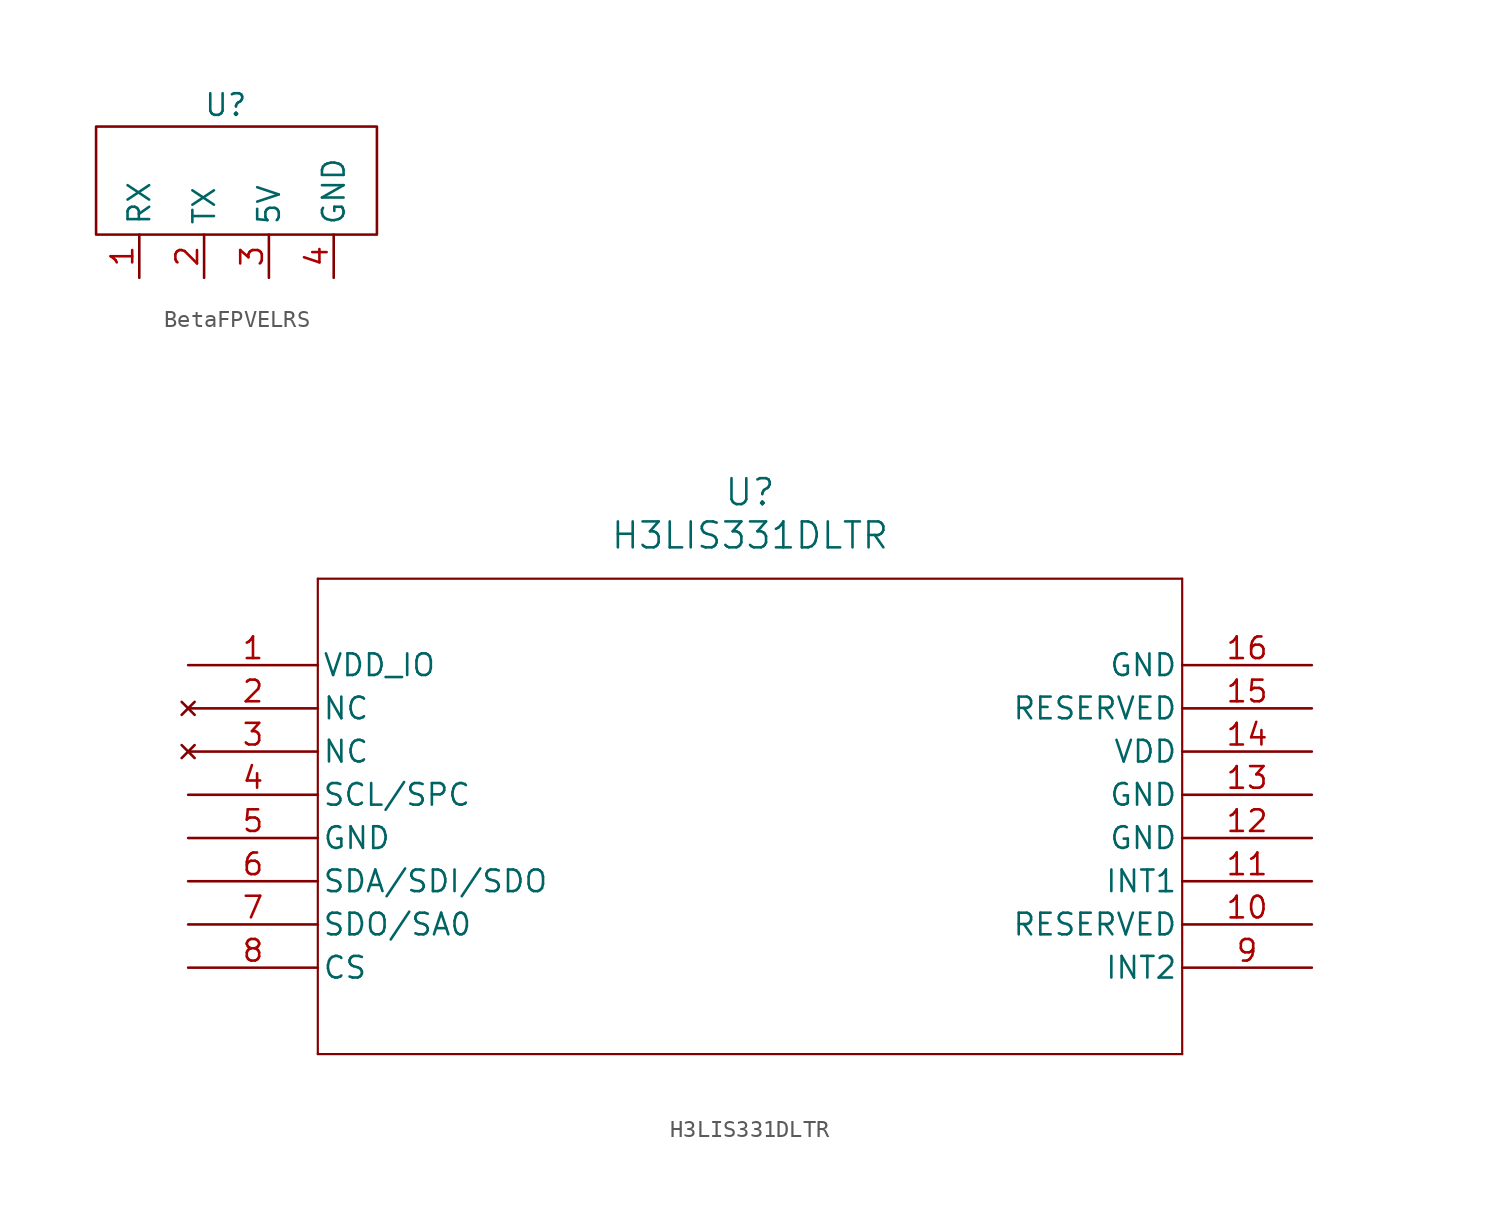
<source format=kicad_sym>
(kicad_symbol_lib
  (version 20231120)
  (generator "kicad_symbol_editor")
  (generator_version "8.0")
  (symbol "BetaFPVELRS"
    (property "Reference" "U"
      (at -1.27 0 0)
      (effects (font (size 1.27 1.27))))
    (property "Value" ""
      (at 0 0 0)
      (effects (font (size 1.27 1.27))))
    (symbol "BetaFPVELRS_0_1"
      (rectangle (start -8.89 -1.27) (end 7.62 -7.62) (stroke (width 0) (type default)) (fill (type none))))
    (symbol "BetaFPVELRS_1_1"
      (pin bidirectional line (at -6.35 -10.16 90) (length 2.54) (name "RX" (effects (font (size 1.27 1.27)))) (number "1" (effects (font (size 1.27 1.27)))))
      (pin bidirectional line (at -2.54 -10.16 90) (length 2.54) (name "TX" (effects (font (size 1.27 1.27)))) (number "2" (effects (font (size 1.27 1.27)))))
      (pin power_in line (at 1.27 -10.16 90) (length 2.54) (name "5V" (effects (font (size 1.27 1.27)))) (number "3" (effects (font (size 1.27 1.27)))))
      (pin power_in line (at 5.08 -10.16 90) (length 2.54) (name "GND" (effects (font (size 1.27 1.27)))) (number "4" (effects (font (size 1.27 1.27)))))))
  (symbol "H3LIS331DLTR"
    (pin_names
      (offset 0.254))
    (property "Reference" "U"
      (at 33.02 10.16 0)
      (effects (font (size 1.524 1.524))))
    (property "Value" "H3LIS331DLTR"
      (at 33.02 7.62 0)
      (effects (font (size 1.524 1.524))))
    (property "ki_locked" ""
      (at 0 0 0)
      (effects (font (size 1.27 1.27))))
    (symbol "H3LIS331DLTR_0_1"
      (polyline (pts (xy 7.62 -22.86) (xy 58.42 -22.86)) (stroke (width 0.127) (type default)) (fill (type none)))
      (polyline (pts (xy 7.62 5.08) (xy 7.62 -22.86)) (stroke (width 0.127) (type default)) (fill (type none)))
      (polyline (pts (xy 58.42 -22.86) (xy 58.42 5.08)) (stroke (width 0.127) (type default)) (fill (type none)))
      (polyline (pts (xy 58.42 5.08) (xy 7.62 5.08)) (stroke (width 0.127) (type default)) (fill (type none)))
      (pin power_in line (at 0 0 0) (length 7.62) (name "VDD_IO" (effects (font (size 1.27 1.27)))) (number "1" (effects (font (size 1.27 1.27)))))
      (pin power_out line (at 66.04 -15.24 180) (length 7.62) (name "RESERVED" (effects (font (size 1.27 1.27)))) (number "10" (effects (font (size 1.27 1.27)))))
      (pin output line (at 66.04 -12.7 180) (length 7.62) (name "INT1" (effects (font (size 1.27 1.27)))) (number "11" (effects (font (size 1.27 1.27)))))
      (pin power_out line (at 66.04 -10.16 180) (length 7.62) (name "GND" (effects (font (size 1.27 1.27)))) (number "12" (effects (font (size 1.27 1.27)))))
      (pin power_out line (at 66.04 -7.62 180) (length 7.62) (name "GND" (effects (font (size 1.27 1.27)))) (number "13" (effects (font (size 1.27 1.27)))))
      (pin power_in line (at 66.04 -5.08 180) (length 7.62) (name "VDD" (effects (font (size 1.27 1.27)))) (number "14" (effects (font (size 1.27 1.27)))))
      (pin power_out line (at 66.04 -2.54 180) (length 7.62) (name "RESERVED" (effects (font (size 1.27 1.27)))) (number "15" (effects (font (size 1.27 1.27)))))
      (pin power_out line (at 66.04 0 180) (length 7.62) (name "GND" (effects (font (size 1.27 1.27)))) (number "16" (effects (font (size 1.27 1.27)))))
      (pin no_connect line (at 0 -2.54 0) (length 7.62) (name "NC" (effects (font (size 1.27 1.27)))) (number "2" (effects (font (size 1.27 1.27)))))
      (pin no_connect line (at 0 -5.08 0) (length 7.62) (name "NC" (effects (font (size 1.27 1.27)))) (number "3" (effects (font (size 1.27 1.27)))))
      (pin bidirectional line (at 0 -7.62 0) (length 7.62) (name "SCL/SPC" (effects (font (size 1.27 1.27)))) (number "4" (effects (font (size 1.27 1.27)))))
      (pin power_out line (at 0 -10.16 0) (length 7.62) (name "GND" (effects (font (size 1.27 1.27)))) (number "5" (effects (font (size 1.27 1.27)))))
      (pin bidirectional line (at 0 -12.7 0) (length 7.62) (name "SDA/SDI/SDO" (effects (font (size 1.27 1.27)))) (number "6" (effects (font (size 1.27 1.27)))))
      (pin bidirectional line (at 0 -15.24 0) (length 7.62) (name "SDO/SA0" (effects (font (size 1.27 1.27)))) (number "7" (effects (font (size 1.27 1.27)))))
      (pin input line (at 0 -17.78 0) (length 7.62) (name "CS" (effects (font (size 1.27 1.27)))) (number "8" (effects (font (size 1.27 1.27)))))
      (pin output line (at 66.04 -17.78 180) (length 7.62) (name "INT2" (effects (font (size 1.27 1.27)))) (number "9" (effects (font (size 1.27 1.27))))))))
</source>
